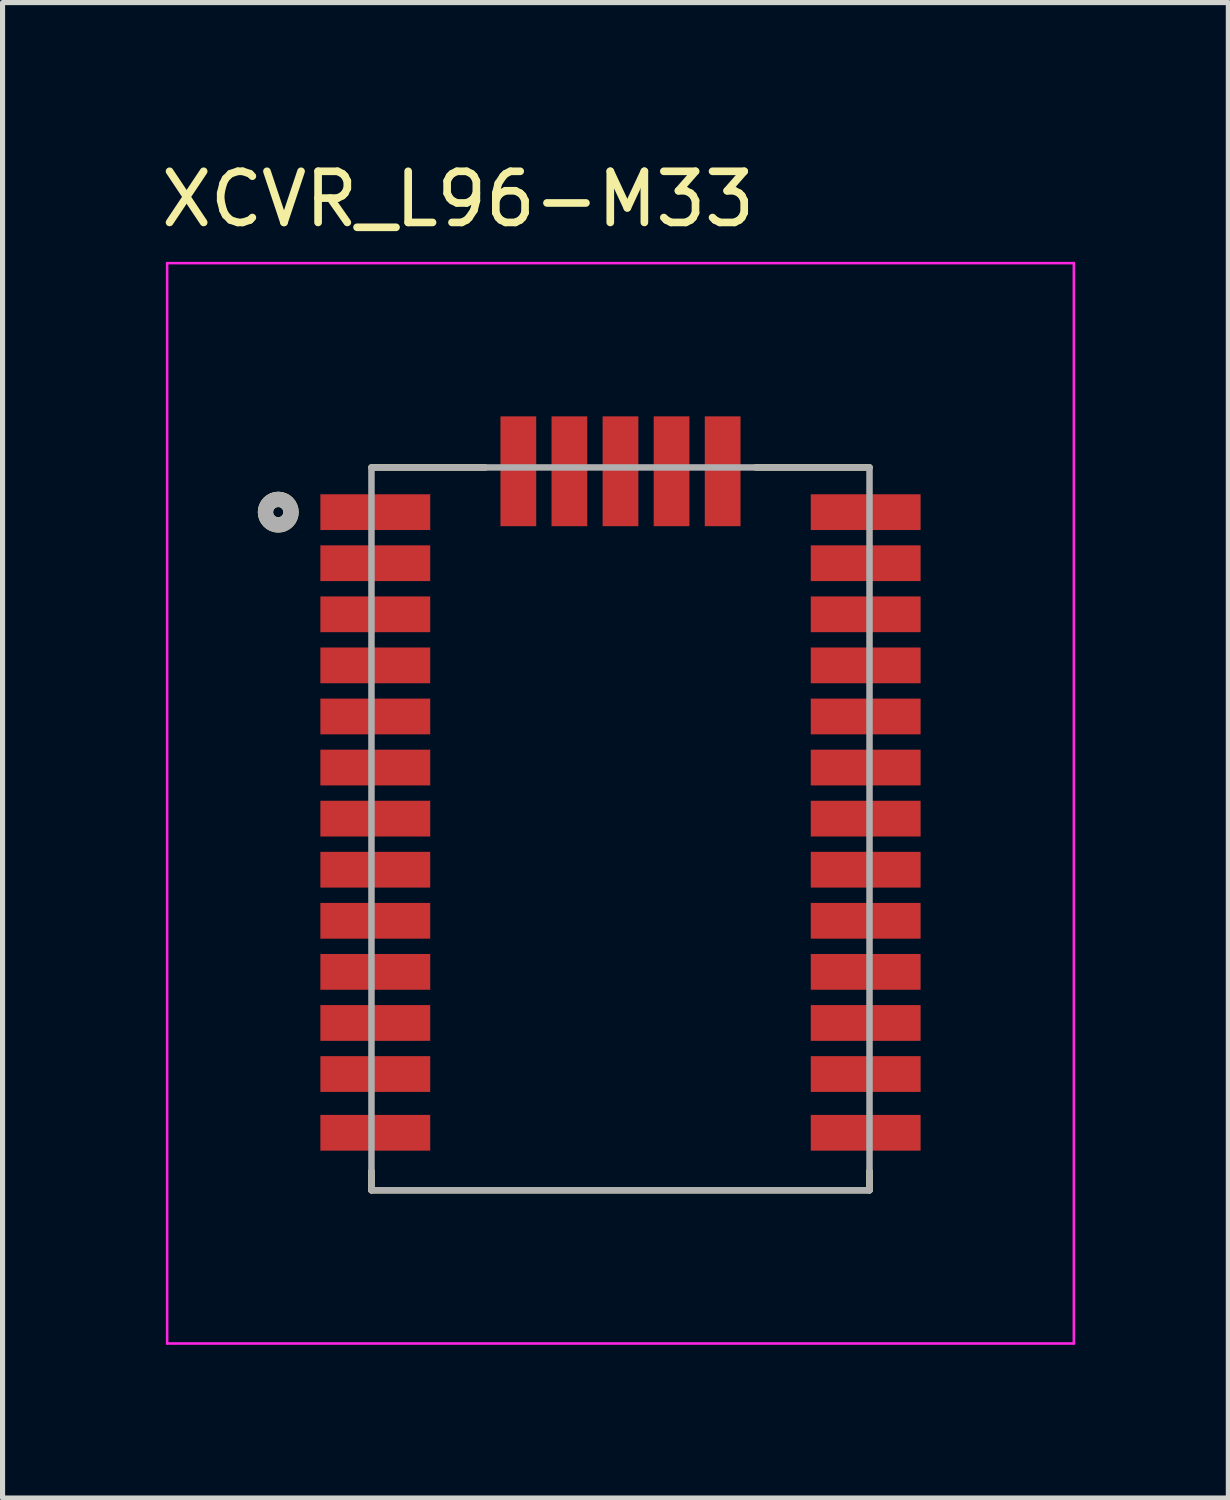
<source format=kicad_pcb>
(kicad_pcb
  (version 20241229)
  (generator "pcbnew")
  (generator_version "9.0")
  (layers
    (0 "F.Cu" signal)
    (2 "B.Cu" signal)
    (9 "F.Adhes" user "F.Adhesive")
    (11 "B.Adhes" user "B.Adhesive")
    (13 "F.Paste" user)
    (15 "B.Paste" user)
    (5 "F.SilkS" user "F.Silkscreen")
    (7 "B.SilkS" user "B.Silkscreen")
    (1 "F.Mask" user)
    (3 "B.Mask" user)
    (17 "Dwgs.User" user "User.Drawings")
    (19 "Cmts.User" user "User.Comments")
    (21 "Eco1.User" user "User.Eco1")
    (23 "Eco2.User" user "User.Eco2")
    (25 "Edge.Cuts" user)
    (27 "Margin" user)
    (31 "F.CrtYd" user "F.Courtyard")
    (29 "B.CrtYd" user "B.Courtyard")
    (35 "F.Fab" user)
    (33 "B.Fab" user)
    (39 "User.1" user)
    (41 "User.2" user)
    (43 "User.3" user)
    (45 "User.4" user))
  (footprint "XCVR_L96-M33"
    (layer "F.Cu")
    (at 9.097 13.176)
    (property "Reference" "XCVR_L96-M33" (at -3.179 -12.327 0) (layer "F.SilkS") (effects (font (size 1.001 1.001) (thickness 0.15))))
    (attr smd)
    (fp_line (start -4.875 -7.075) (end -2.65 -7.075) (stroke (width 0.127) (type solid)) (layer "F.SilkS"))
    (fp_line (start -4.875 6.7) (end -4.875 7.075) (stroke (width 0.127) (type solid)) (layer "F.SilkS"))
    (fp_line (start -4.875 7.075) (end 4.875 7.075) (stroke (width 0.127) (type solid)) (layer "F.SilkS"))
    (fp_line (start 2.65 -7.075) (end 4.875 -7.075) (stroke (width 0.127) (type solid)) (layer "F.SilkS"))
    (fp_line (start 4.875 7.075) (end 4.875 6.7) (stroke (width 0.127) (type solid)) (layer "F.SilkS"))
    (fp_circle (center -6.7 -6.2) (end -6.6 -6.2) (stroke (width 0.3) (type solid)) (fill no) (layer "F.SilkS"))
    (fp_poly (pts (xy -6.275 -6.55) (xy -3.825 -6.55) (xy -3.825 -5.85) (xy -6.275 -5.85)) (stroke (width 0.01) (type solid)) (fill yes) (layer "F.Paste"))
    (fp_poly (pts (xy -6.275 -5.55) (xy -3.825 -5.55) (xy -3.825 -4.85) (xy -6.275 -4.85)) (stroke (width 0.01) (type solid)) (fill yes) (layer "F.Paste"))
    (fp_poly (pts (xy -6.275 -4.55) (xy -3.825 -4.55) (xy -3.825 -3.85) (xy -6.275 -3.85)) (stroke (width 0.01) (type solid)) (fill yes) (layer "F.Paste"))
    (fp_poly (pts (xy -6.275 -3.55) (xy -3.825 -3.55) (xy -3.825 -2.85) (xy -6.275 -2.85)) (stroke (width 0.01) (type solid)) (fill yes) (layer "F.Paste"))
    (fp_poly (pts (xy -6.275 -2.55) (xy -3.825 -2.55) (xy -3.825 -1.85) (xy -6.275 -1.85)) (stroke (width 0.01) (type solid)) (fill yes) (layer "F.Paste"))
    (fp_poly (pts (xy -6.275 -1.55) (xy -3.825 -1.55) (xy -3.825 -0.85) (xy -6.275 -0.85)) (stroke (width 0.01) (type solid)) (fill yes) (layer "F.Paste"))
    (fp_poly (pts (xy -6.275 -0.55) (xy -3.825 -0.55) (xy -3.825 0.15) (xy -6.275 0.15)) (stroke (width 0.01) (type solid)) (fill yes) (layer "F.Paste"))
    (fp_poly (pts (xy -6.275 0.45) (xy -3.825 0.45) (xy -3.825 1.15) (xy -6.275 1.15)) (stroke (width 0.01) (type solid)) (fill yes) (layer "F.Paste"))
    (fp_poly (pts (xy -6.275 1.45) (xy -3.825 1.45) (xy -3.825 2.15) (xy -6.275 2.15)) (stroke (width 0.01) (type solid)) (fill yes) (layer "F.Paste"))
    (fp_poly (pts (xy -6.275 2.45) (xy -3.825 2.45) (xy -3.825 3.15) (xy -6.275 3.15)) (stroke (width 0.01) (type solid)) (fill yes) (layer "F.Paste"))
    (fp_poly (pts (xy -6.275 3.45) (xy -3.825 3.45) (xy -3.825 4.15) (xy -6.275 4.15)) (stroke (width 0.01) (type solid)) (fill yes) (layer "F.Paste"))
    (fp_poly (pts (xy -6.275 4.45) (xy -3.825 4.45) (xy -3.825 5.15) (xy -6.275 5.15)) (stroke (width 0.01) (type solid)) (fill yes) (layer "F.Paste"))
    (fp_poly (pts (xy -6.275 5.6) (xy -3.825 5.6) (xy -3.825 6.3) (xy -6.275 6.3)) (stroke (width 0.01) (type solid)) (fill yes) (layer "F.Paste"))
    (fp_poly (pts (xy -2.35 -8.475) (xy -1.65 -8.475) (xy -1.65 -6.025) (xy -2.35 -6.025)) (stroke (width 0.01) (type solid)) (fill yes) (layer "F.Paste"))
    (fp_poly (pts (xy -1.35 -8.475) (xy -0.65 -8.475) (xy -0.65 -6.025) (xy -1.35 -6.025)) (stroke (width 0.01) (type solid)) (fill yes) (layer "F.Paste"))
    (fp_poly (pts (xy -0.35 -8.475) (xy 0.35 -8.475) (xy 0.35 -6.025) (xy -0.35 -6.025)) (stroke (width 0.01) (type solid)) (fill yes) (layer "F.Paste"))
    (fp_poly (pts (xy 0.65 -8.475) (xy 1.35 -8.475) (xy 1.35 -6.025) (xy 0.65 -6.025)) (stroke (width 0.01) (type solid)) (fill yes) (layer "F.Paste"))
    (fp_poly (pts (xy 1.65 -8.475) (xy 2.35 -8.475) (xy 2.35 -6.025) (xy 1.65 -6.025)) (stroke (width 0.01) (type solid)) (fill yes) (layer "F.Paste"))
    (fp_poly (pts (xy 3.825 -6.55) (xy 6.275 -6.55) (xy 6.275 -5.85) (xy 3.825 -5.85)) (stroke (width 0.01) (type solid)) (fill yes) (layer "F.Paste"))
    (fp_poly (pts (xy 3.825 -5.55) (xy 6.275 -5.55) (xy 6.275 -4.85) (xy 3.825 -4.85)) (stroke (width 0.01) (type solid)) (fill yes) (layer "F.Paste"))
    (fp_poly (pts (xy 3.825 -4.55) (xy 6.275 -4.55) (xy 6.275 -3.85) (xy 3.825 -3.85)) (stroke (width 0.01) (type solid)) (fill yes) (layer "F.Paste"))
    (fp_poly (pts (xy 3.825 -3.55) (xy 6.275 -3.55) (xy 6.275 -2.85) (xy 3.825 -2.85)) (stroke (width 0.01) (type solid)) (fill yes) (layer "F.Paste"))
    (fp_poly (pts (xy 3.825 -2.55) (xy 6.275 -2.55) (xy 6.275 -1.85) (xy 3.825 -1.85)) (stroke (width 0.01) (type solid)) (fill yes) (layer "F.Paste"))
    (fp_poly (pts (xy 3.825 -1.55) (xy 6.275 -1.55) (xy 6.275 -0.85) (xy 3.825 -0.85)) (stroke (width 0.01) (type solid)) (fill yes) (layer "F.Paste"))
    (fp_poly (pts (xy 3.825 -0.55) (xy 6.275 -0.55) (xy 6.275 0.15) (xy 3.825 0.15)) (stroke (width 0.01) (type solid)) (fill yes) (layer "F.Paste"))
    (fp_poly (pts (xy 3.825 0.45) (xy 6.275 0.45) (xy 6.275 1.15) (xy 3.825 1.15)) (stroke (width 0.01) (type solid)) (fill yes) (layer "F.Paste"))
    (fp_poly (pts (xy 3.825 1.45) (xy 6.275 1.45) (xy 6.275 2.15) (xy 3.825 2.15)) (stroke (width 0.01) (type solid)) (fill yes) (layer "F.Paste"))
    (fp_poly (pts (xy 3.825 2.45) (xy 6.275 2.45) (xy 6.275 3.15) (xy 3.825 3.15)) (stroke (width 0.01) (type solid)) (fill yes) (layer "F.Paste"))
    (fp_poly (pts (xy 3.825 3.45) (xy 6.275 3.45) (xy 6.275 4.15) (xy 3.825 4.15)) (stroke (width 0.01) (type solid)) (fill yes) (layer "F.Paste"))
    (fp_poly (pts (xy 3.825 4.45) (xy 6.275 4.45) (xy 6.275 5.15) (xy 3.825 5.15)) (stroke (width 0.01) (type solid)) (fill yes) (layer "F.Paste"))
    (fp_poly (pts (xy 3.825 5.6) (xy 6.275 5.6) (xy 6.275 6.3) (xy 3.825 6.3)) (stroke (width 0.01) (type solid)) (fill yes) (layer "F.Paste"))
    (fp_line (start -8.875 -11.075) (end -8.875 10.075) (stroke (width 0.05) (type solid)) (layer "F.CrtYd"))
    (fp_line (start -8.875 10.075) (end 8.875 10.075) (stroke (width 0.05) (type solid)) (layer "F.CrtYd"))
    (fp_line (start 8.875 -11.075) (end -8.875 -11.075) (stroke (width 0.05) (type solid)) (layer "F.CrtYd"))
    (fp_line (start 8.875 10.075) (end 8.875 -11.075) (stroke (width 0.05) (type solid)) (layer "F.CrtYd"))
    (fp_line (start -4.875 -7.075) (end 4.875 -7.075) (stroke (width 0.127) (type solid)) (layer "F.Fab"))
    (fp_line (start -4.875 7.075) (end -4.875 -7.075) (stroke (width 0.127) (type solid)) (layer "F.Fab"))
    (fp_line (start 4.875 -7.075) (end 4.875 7.075) (stroke (width 0.127) (type solid)) (layer "F.Fab"))
    (fp_line (start 4.875 7.075) (end -4.875 7.075) (stroke (width 0.127) (type solid)) (layer "F.Fab"))
    (fp_circle (center -6.7 -6.2) (end -6.6 -6.2) (stroke (width 0.3) (type solid)) (fill no) (layer "F.Fab"))
    (pad "1" smd rect (at -4.8 -6.2) (size 2.15 0.7) (layers "F.Cu" "F.Mask"))
    (pad "2" smd rect (at -4.8 -5.2) (size 2.15 0.7) (layers "F.Cu" "F.Mask"))
    (pad "3" smd rect (at -4.8 -4.2) (size 2.15 0.7) (layers "F.Cu" "F.Mask"))
    (pad "4" smd rect (at -4.8 -3.2) (size 2.15 0.7) (layers "F.Cu" "F.Mask"))
    (pad "5" smd rect (at -4.8 -2.2) (size 2.15 0.7) (layers "F.Cu" "F.Mask"))
    (pad "6" smd rect (at -4.8 -1.2) (size 2.15 0.7) (layers "F.Cu" "F.Mask"))
    (pad "7" smd rect (at -4.8 -0.2) (size 2.15 0.7) (layers "F.Cu" "F.Mask"))
    (pad "8" smd rect (at -4.8 0.8) (size 2.15 0.7) (layers "F.Cu" "F.Mask"))
    (pad "9" smd rect (at -4.8 1.8) (size 2.15 0.7) (layers "F.Cu" "F.Mask"))
    (pad "10" smd rect (at -4.8 2.8) (size 2.15 0.7) (layers "F.Cu" "F.Mask"))
    (pad "11" smd rect (at -4.8 3.8) (size 2.15 0.7) (layers "F.Cu" "F.Mask"))
    (pad "12" smd rect (at -4.8 4.8) (size 2.15 0.7) (layers "F.Cu" "F.Mask"))
    (pad "13" smd rect (at -4.8 5.95) (size 2.15 0.7) (layers "F.Cu" "F.Mask"))
    (pad "14" smd rect (at 4.8 5.95) (size 2.15 0.7) (layers "F.Cu" "F.Mask"))
    (pad "15" smd rect (at 4.8 4.8) (size 2.15 0.7) (layers "F.Cu" "F.Mask"))
    (pad "16" smd rect (at 4.8 3.8) (size 2.15 0.7) (layers "F.Cu" "F.Mask"))
    (pad "17" smd rect (at 4.8 2.8) (size 2.15 0.7) (layers "F.Cu" "F.Mask"))
    (pad "18" smd rect (at 4.8 1.8) (size 2.15 0.7) (layers "F.Cu" "F.Mask"))
    (pad "19" smd rect (at 4.8 0.8) (size 2.15 0.7) (layers "F.Cu" "F.Mask"))
    (pad "20" smd rect (at 4.8 -0.2) (size 2.15 0.7) (layers "F.Cu" "F.Mask"))
    (pad "21" smd rect (at 4.8 -1.2) (size 2.15 0.7) (layers "F.Cu" "F.Mask"))
    (pad "22" smd rect (at 4.8 -2.2) (size 2.15 0.7) (layers "F.Cu" "F.Mask"))
    (pad "23" smd rect (at 4.8 -3.2) (size 2.15 0.7) (layers "F.Cu" "F.Mask"))
    (pad "24" smd rect (at 4.8 -4.2) (size 2.15 0.7) (layers "F.Cu" "F.Mask"))
    (pad "25" smd rect (at 4.8 -5.2) (size 2.15 0.7) (layers "F.Cu" "F.Mask"))
    (pad "26" smd rect (at 4.8 -6.2) (size 2.15 0.7) (layers "F.Cu" "F.Mask"))
    (pad "27" smd rect (at 2 -7) (size 0.7 2.15) (layers "F.Cu" "F.Mask"))
    (pad "28" smd rect (at 1 -7) (size 0.7 2.15) (layers "F.Cu" "F.Mask"))
    (pad "29" smd rect (at 0 -7) (size 0.7 2.15) (layers "F.Cu" "F.Mask"))
    (pad "30" smd rect (at -1 -7) (size 0.7 2.15) (layers "F.Cu" "F.Mask"))
    (pad "31" smd rect (at -2 -7) (size 0.7 2.15) (layers "F.Cu" "F.Mask")))
  (gr_rect
    (start -3 -3)
    (end 20.997 26.276)
    (stroke (width 0.1) (type default))
    (fill no)
    (layer "Edge.Cuts")))
</source>
